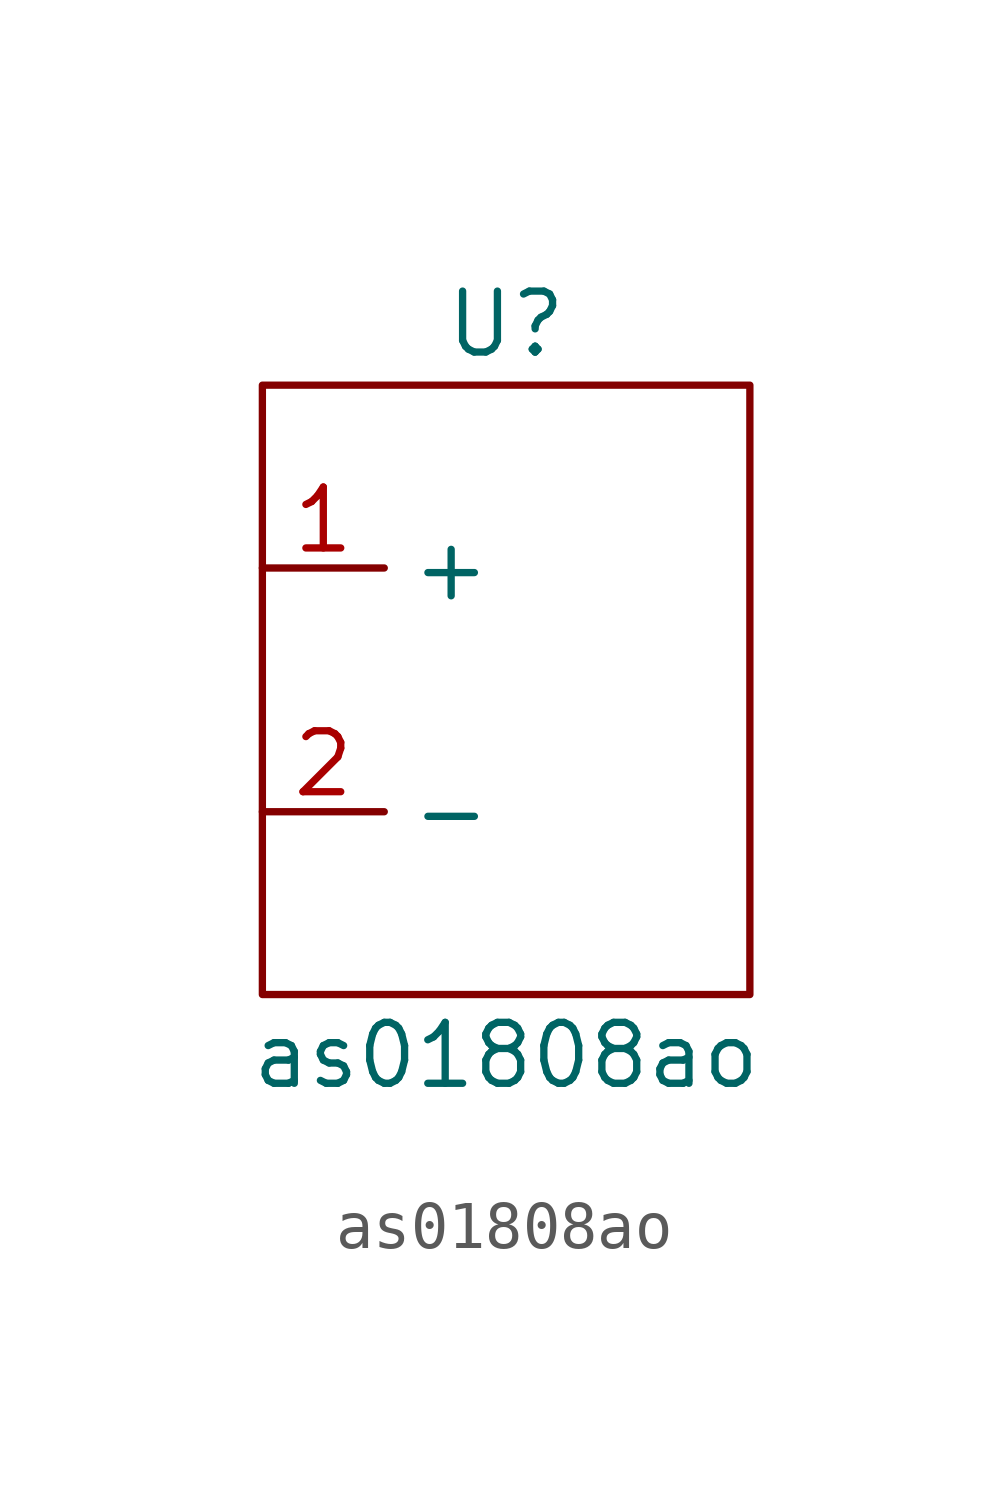
<source format=kicad_sym>
(kicad_symbol_lib
  (version 20211014)
  (generator kicad_symbol_editor)
  (symbol "as01808ao"
    (property "Reference" "U"
      (at 0 10.16 0)
      (effects (font (size 1.27 1.27))))
    (property "Value" "as01808ao"
      (at 0 -5.08 0)
      (effects (font (size 1.27 1.27))))
    (symbol "as01808ao_0_1"
      (rectangle (start -5.08 8.89) (end 5.08 -3.81) (stroke (width 0) (type default) (color 0 0 0 0)) (fill (type none))))
    (symbol "as01808ao_1_1"
      (pin input line (at -5.08 5.08 0) (length 2.54) (name "+" (effects (font (size 1.27 1.27)))) (number "1" (effects (font (size 1.27 1.27)))))
      (pin input line (at -5.08 0 0) (length 2.54) (name "-" (effects (font (size 1.27 1.27)))) (number "2" (effects (font (size 1.27 1.27))))))))
</source>
